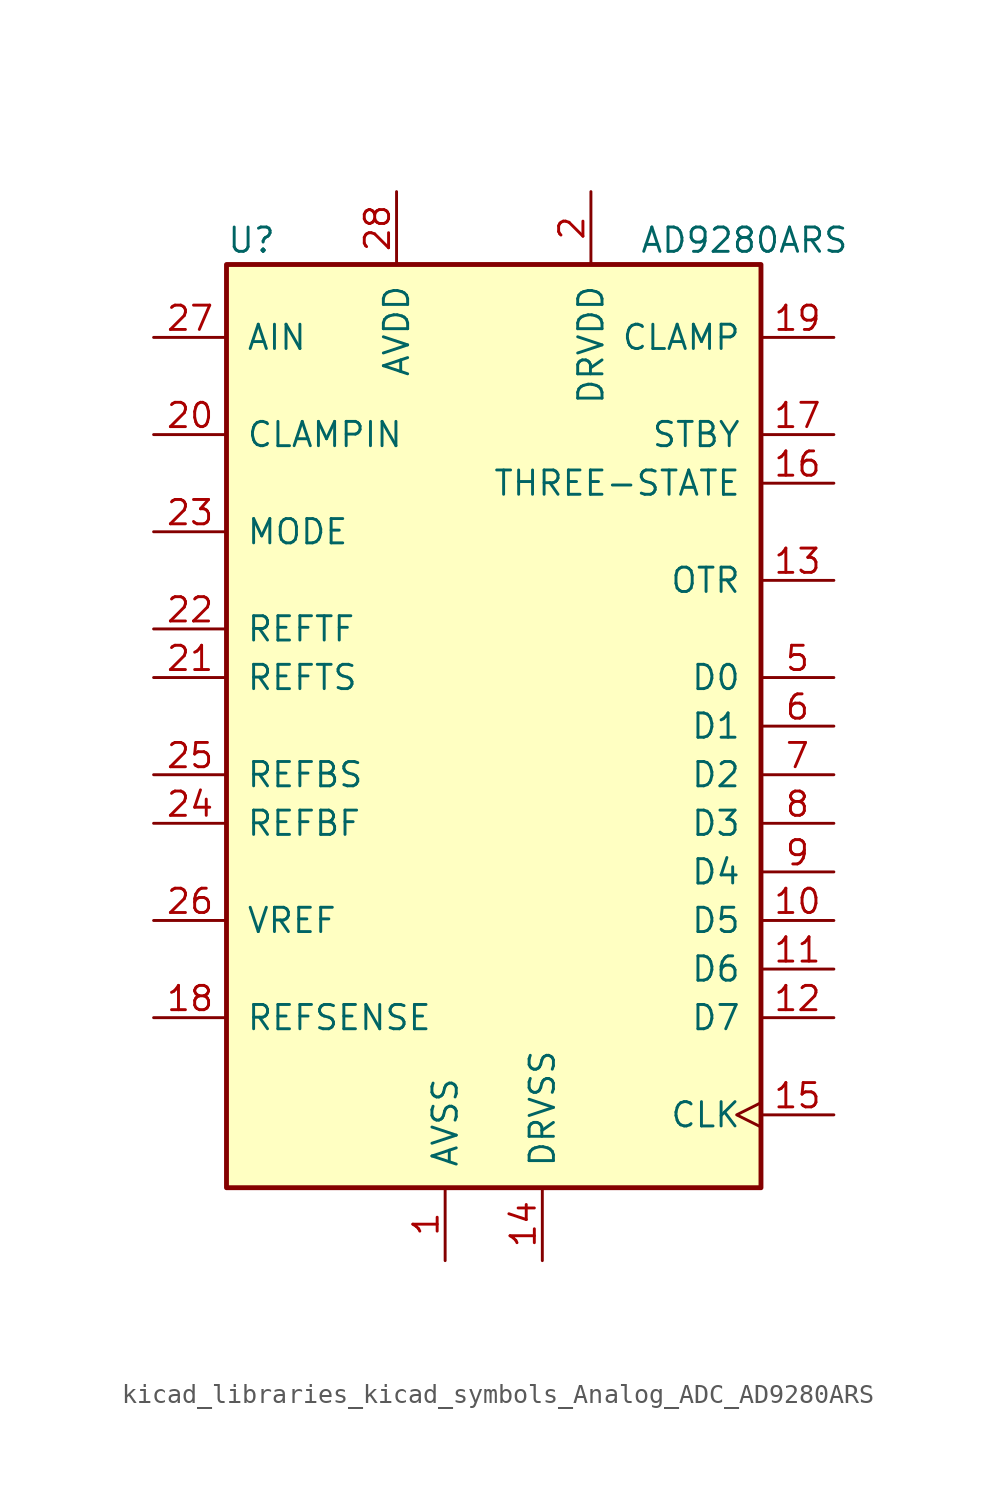
<source format=kicad_sym>
(kicad_symbol_lib
  (version 20220914)
  (generator kicad_symbol_editor)
  (symbol "kicad_libraries_kicad_symbols_Analog_ADC_AD9280ARS"
    (pin_names
      (offset 1.016))
    (property "Reference" "U"
      (at -13.97 25.4 0)
      (effects (font (size 1.27 1.27)) (justify left)))
    (property "Value" "AD9280ARS"
      (at 7.62 25.4 0)
      (effects (font (size 1.27 1.27)) (justify left)))
    (symbol "kicad_libraries_kicad_symbols_Analog_ADC_AD9280ARS_0_1"
      (rectangle (start -13.97 24.13) (end 13.97 -24.13) (stroke (width 0.254) (type default)) (fill (type background))))
    (symbol "kicad_libraries_kicad_symbols_Analog_ADC_AD9280ARS_1_1"
      (pin power_in line (at -2.54 -27.94 90) (length 3.81) (name "AVSS" (effects (font (size 1.27 1.27)))) (number "1" (effects (font (size 1.27 1.27)))))
      (pin output line (at 17.78 -10.16 180) (length 3.81) (name "D5" (effects (font (size 1.27 1.27)))) (number "10" (effects (font (size 1.27 1.27)))))
      (pin output line (at 17.78 -12.7 180) (length 3.81) (name "D6" (effects (font (size 1.27 1.27)))) (number "11" (effects (font (size 1.27 1.27)))))
      (pin output line (at 17.78 -15.24 180) (length 3.81) (name "D7" (effects (font (size 1.27 1.27)))) (number "12" (effects (font (size 1.27 1.27)))))
      (pin output line (at 17.78 7.62 180) (length 3.81) (name "OTR" (effects (font (size 1.27 1.27)))) (number "13" (effects (font (size 1.27 1.27)))))
      (pin power_in line (at 2.54 -27.94 90) (length 3.81) (name "DRVSS" (effects (font (size 1.27 1.27)))) (number "14" (effects (font (size 1.27 1.27)))))
      (pin input clock (at 17.78 -20.32 180) (length 3.81) (name "CLK" (effects (font (size 1.27 1.27)))) (number "15" (effects (font (size 1.27 1.27)))))
      (pin input line (at 17.78 12.7 180) (length 3.81) (name "THREE-STATE" (effects (font (size 1.27 1.27)))) (number "16" (effects (font (size 1.27 1.27)))))
      (pin passive line (at 17.78 15.24 180) (length 3.81) (name "STBY" (effects (font (size 1.27 1.27)))) (number "17" (effects (font (size 1.27 1.27)))))
      (pin input line (at -17.78 -15.24 0) (length 3.81) (name "REFSENSE" (effects (font (size 1.27 1.27)))) (number "18" (effects (font (size 1.27 1.27)))))
      (pin passive line (at 17.78 20.32 180) (length 3.81) (name "CLAMP" (effects (font (size 1.27 1.27)))) (number "19" (effects (font (size 1.27 1.27)))))
      (pin power_in line (at 5.08 27.94 270) (length 3.81) (name "DRVDD" (effects (font (size 1.27 1.27)))) (number "2" (effects (font (size 1.27 1.27)))))
      (pin input line (at -17.78 15.24 0) (length 3.81) (name "CLAMPIN" (effects (font (size 1.27 1.27)))) (number "20" (effects (font (size 1.27 1.27)))))
      (pin input line (at -17.78 2.54 0) (length 3.81) (name "REFTS" (effects (font (size 1.27 1.27)))) (number "21" (effects (font (size 1.27 1.27)))))
      (pin input line (at -17.78 5.08 0) (length 3.81) (name "REFTF" (effects (font (size 1.27 1.27)))) (number "22" (effects (font (size 1.27 1.27)))))
      (pin input line (at -17.78 10.16 0) (length 3.81) (name "MODE" (effects (font (size 1.27 1.27)))) (number "23" (effects (font (size 1.27 1.27)))))
      (pin input line (at -17.78 -5.08 0) (length 3.81) (name "REFBF" (effects (font (size 1.27 1.27)))) (number "24" (effects (font (size 1.27 1.27)))))
      (pin input line (at -17.78 -2.54 0) (length 3.81) (name "REFBS" (effects (font (size 1.27 1.27)))) (number "25" (effects (font (size 1.27 1.27)))))
      (pin output line (at -17.78 -10.16 0) (length 3.81) (name "VREF" (effects (font (size 1.27 1.27)))) (number "26" (effects (font (size 1.27 1.27)))))
      (pin input line (at -17.78 20.32 0) (length 3.81) (name "AIN" (effects (font (size 1.27 1.27)))) (number "27" (effects (font (size 1.27 1.27)))))
      (pin power_in line (at -5.08 27.94 270) (length 3.81) (name "AVDD" (effects (font (size 1.27 1.27)))) (number "28" (effects (font (size 1.27 1.27)))))
      (pin output line (at 17.78 2.54 180) (length 3.81) (name "D0" (effects (font (size 1.27 1.27)))) (number "5" (effects (font (size 1.27 1.27)))))
      (pin output line (at 17.78 0 180) (length 3.81) (name "D1" (effects (font (size 1.27 1.27)))) (number "6" (effects (font (size 1.27 1.27)))))
      (pin output line (at 17.78 -2.54 180) (length 3.81) (name "D2" (effects (font (size 1.27 1.27)))) (number "7" (effects (font (size 1.27 1.27)))))
      (pin output line (at 17.78 -5.08 180) (length 3.81) (name "D3" (effects (font (size 1.27 1.27)))) (number "8" (effects (font (size 1.27 1.27)))))
      (pin output line (at 17.78 -7.62 180) (length 3.81) (name "D4" (effects (font (size 1.27 1.27)))) (number "9" (effects (font (size 1.27 1.27))))))))
</source>
